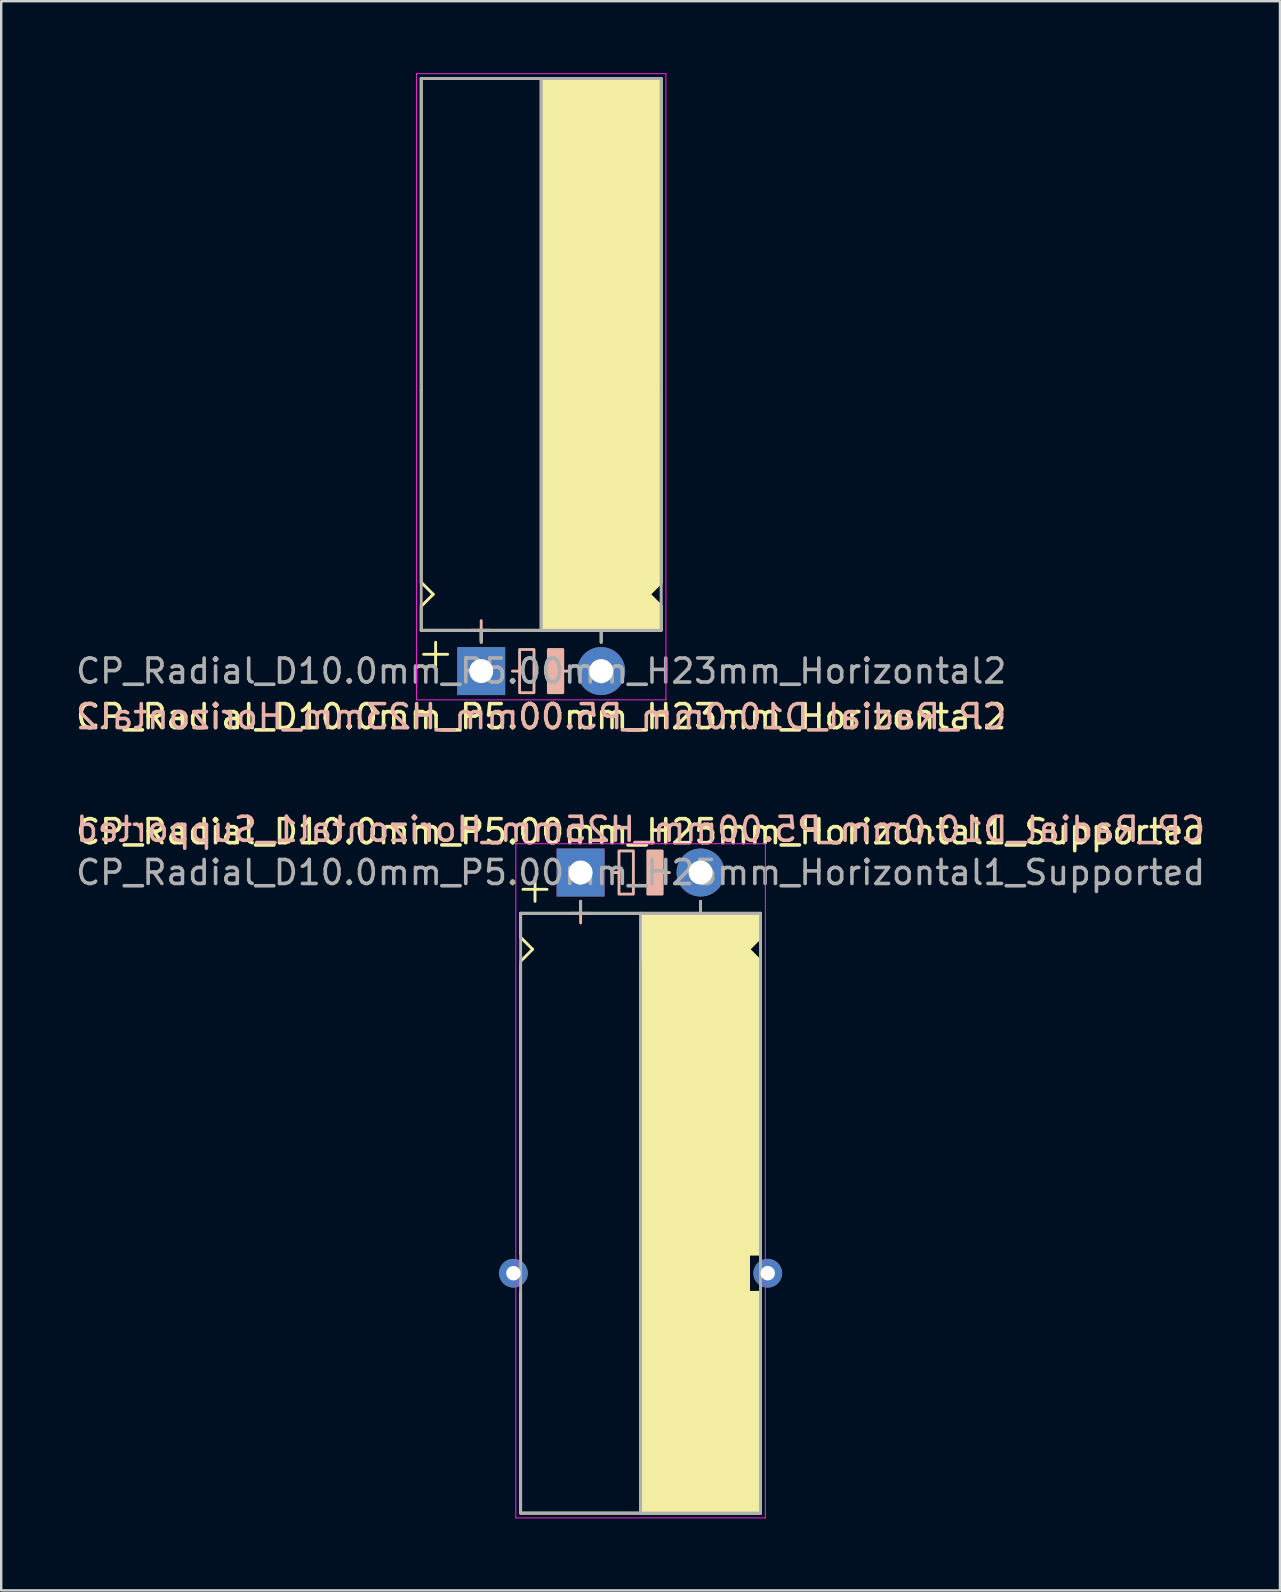
<source format=kicad_pcb>
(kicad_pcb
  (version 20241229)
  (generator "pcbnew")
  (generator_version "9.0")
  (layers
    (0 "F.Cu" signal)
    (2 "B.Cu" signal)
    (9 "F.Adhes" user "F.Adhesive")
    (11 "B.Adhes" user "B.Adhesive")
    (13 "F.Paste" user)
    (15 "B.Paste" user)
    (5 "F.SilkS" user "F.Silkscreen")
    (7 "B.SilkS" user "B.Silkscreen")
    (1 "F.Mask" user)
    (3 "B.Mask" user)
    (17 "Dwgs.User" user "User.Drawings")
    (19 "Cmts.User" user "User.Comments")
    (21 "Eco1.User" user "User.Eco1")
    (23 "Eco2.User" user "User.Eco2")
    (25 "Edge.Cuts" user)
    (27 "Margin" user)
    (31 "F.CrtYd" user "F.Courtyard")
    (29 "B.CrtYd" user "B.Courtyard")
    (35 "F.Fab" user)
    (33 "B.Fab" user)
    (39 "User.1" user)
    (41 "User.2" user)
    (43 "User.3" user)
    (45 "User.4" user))
  (footprint "CP_Radial_D10.0mm_P5.00mm_H25mm_Horizontal1_Supported"
    (layer "F.Cu")
    (at 21.149 33.316)
    (property "Reference" "CP_Radial_D10.0mm_P5.00mm_H25mm_Horizontal1_Supported" (at 2.5 -1.7 0) (layer "F.SilkS") (effects (font (size 1 1) (thickness 0.15))))
    (fp_line (start -2.5 1.7) (end -2.5 2.7) (stroke (width 0.12) (type solid)) (layer "F.SilkS"))
    (fp_line (start -2.5 2.7) (end -2 3.2) (stroke (width 0.12) (type solid)) (layer "F.SilkS"))
    (fp_line (start -2.5 3.8) (end -2.5 15.9) (stroke (width 0.12) (type solid)) (layer "F.SilkS"))
    (fp_line (start -2.5 17.5) (end -2.5 26.7) (stroke (width 0.12) (type solid)) (layer "F.SilkS"))
    (fp_line (start -2.5 26.7) (end 7.5 26.7) (stroke (width 0.12) (type solid)) (layer "F.SilkS"))
    (fp_line (start -2 3.2) (end -2.5 3.7) (stroke (width 0.12) (type solid)) (layer "F.SilkS"))
    (fp_line (start -1.9 0.2) (end -1.9 1.2) (stroke (width 0.12) (type solid)) (layer "F.SilkS"))
    (fp_line (start -1.4 0.7) (end -2.4 0.7) (stroke (width 0.12) (type solid)) (layer "F.SilkS"))
    (fp_line (start 0 1.7) (end 0 1.2) (stroke (width 0.12) (type solid)) (layer "F.SilkS"))
    (fp_line (start 2.5 1.7) (end -2.5 1.7) (stroke (width 0.12) (type solid)) (layer "F.SilkS"))
    (fp_line (start 2.5 26.7) (end 2.5 3.7) (stroke (width 0.12) (type solid)) (layer "F.SilkS"))
    (fp_line (start 5 1.7) (end 5 1.2) (stroke (width 0.12) (type solid)) (layer "F.SilkS"))
    (fp_line (start 7 3.2) (end 7.5 3.7) (stroke (width 0.12) (type solid)) (layer "F.SilkS"))
    (fp_line (start 7 15.9) (end 7.5 15.9) (stroke (width 0.12) (type solid)) (layer "F.SilkS"))
    (fp_line (start 7 16.9) (end 7 15.9) (stroke (width 0.12) (type solid)) (layer "F.SilkS"))
    (fp_line (start 7 17.5) (end 7 16.9) (stroke (width 0.12) (type solid)) (layer "F.SilkS"))
    (fp_line (start 7.5 1.7) (end 2.5 1.7) (stroke (width 0.12) (type solid)) (layer "F.SilkS"))
    (fp_line (start 7.5 1.7) (end 7.5 2.7) (stroke (width 0.12) (type solid)) (layer "F.SilkS"))
    (fp_line (start 7.5 2.7) (end 7 3.2) (stroke (width 0.12) (type solid)) (layer "F.SilkS"))
    (fp_line (start 7.5 4.7) (end 7.5 15.9) (stroke (width 0.12) (type solid)) (layer "F.SilkS"))
    (fp_line (start 7.5 17.5) (end 7 17.5) (stroke (width 0.12) (type solid)) (layer "F.SilkS"))
    (fp_line (start 7.5 17.5) (end 7.5 26.7) (stroke (width 0.12) (type solid)) (layer "F.SilkS"))
    (fp_poly (pts (xy 7.5 2.7) (xy 7 3.2) (xy 7.5 3.7) (xy 7.5 15.9) (xy 7 15.9) (xy 7 17.5) (xy 7.5 17.5) (xy 7.5 26.7) (xy 2.5 26.7) (xy 2.5 1.7) (xy 7.5 1.7)) (stroke (width 0.1) (type solid)) (fill yes) (layer "F.SilkS"))
    (fp_line (start 0 1.3) (end 0 2.1) (stroke (width 0.12) (type solid)) (layer "B.SilkS"))
    (fp_line (start 0.4 1.7) (end -0.4 1.7) (stroke (width 0.12) (type solid)) (layer "B.SilkS"))
    (fp_line (start 1.6 0) (end 1.3 0) (stroke (width 0.12) (type solid)) (layer "B.SilkS"))
    (fp_line (start 3.7 0) (end 3.4 0) (stroke (width 0.12) (type solid)) (layer "B.SilkS"))
    (fp_rect (start 2.2 -0.9) (end 1.6 0.9) (stroke (width 0.12) (type solid)) (fill no) (layer "B.SilkS"))
    (fp_rect (start 3.4 -0.9) (end 2.8 0.9) (stroke (width 0.12) (type solid)) (fill yes) (layer "B.SilkS"))
    (fp_line (start -2.7 -1.2) (end 5.3 -1.2) (stroke (width 0.04) (type solid)) (layer "F.CrtYd"))
    (fp_line (start -2.7 26.9) (end -2.7 -1.2) (stroke (width 0.04) (type solid)) (layer "F.CrtYd"))
    (fp_line (start 5.3 -1.2) (end 7.7 -1.2) (stroke (width 0.04) (type solid)) (layer "F.CrtYd"))
    (fp_line (start 7.7 -1.2) (end 7.7 26.9) (stroke (width 0.04) (type solid)) (layer "F.CrtYd"))
    (fp_line (start 7.7 26.9) (end -2.7 26.9) (stroke (width 0.04) (type solid)) (layer "F.CrtYd"))
    (fp_line (start -2.5 1.7) (end -2.5 26.7) (stroke (width 0.12) (type solid)) (layer "F.Fab"))
    (fp_line (start -2.5 26.7) (end 7.5 26.7) (stroke (width 0.12) (type solid)) (layer "F.Fab"))
    (fp_line (start 0 1.7) (end 0 1.2) (stroke (width 0.12) (type solid)) (layer "F.Fab"))
    (fp_line (start 2.5 3.7) (end 2.5 26.7) (stroke (width 0.12) (type solid)) (layer "F.Fab"))
    (fp_line (start 5 1.7) (end 5 1.2) (stroke (width 0.12) (type solid)) (layer "F.Fab"))
    (fp_line (start 7.5 1.7) (end -2.5 1.7) (stroke (width 0.12) (type solid)) (layer "F.Fab"))
    (fp_line (start 7.5 26.7) (end 7.5 1.7) (stroke (width 0.12) (type solid)) (layer "F.Fab"))
    (fp_poly (pts (xy 7.5 26.7) (xy 2.5 26.7) (xy 2.5 1.7) (xy 7.5 1.7)) (stroke (width 0.1) (type solid)) (fill no) (layer "F.Fab"))
    (fp_text user "${REFERENCE}" (at 2.5 -1.8 0) (layer "B.SilkS") (effects (font (size 1 1) (thickness 0.15)) (justify mirror)))
    (fp_text user "${REFERENCE}" (at 2.5 0 0) (layer "F.Fab") (effects (font (size 1 1) (thickness 0.15))))
    (pad "1" thru_hole rect (at 0 0) (size 2 2) (drill 1) (layers "*.Cu" "*.Mask"))
    (pad "2" thru_hole circle (at 5 0) (size 2 2) (drill 1) (layers "*.Cu" "*.Mask"))
    (pad "~" thru_hole circle (at -2.8 16.7) (size 1.2 1.2) (drill 0.6) (layers "*.Cu" "*.Mask"))
    (pad "~" thru_hole circle (at 7.8 16.7) (size 1.2 1.2) (drill 0.6) (layers "*.Cu" "*.Mask")))
  (footprint "CP_Radial_D10.0mm_P5.00mm_H23mm_Horizontal2"
    (layer "F.Cu")
    (at 17.006 24.92)
    (property "Reference" "CP_Radial_D10.0mm_P5.00mm_H23mm_Horizontal2" (at 2.5 1.9 0) (layer "F.SilkS") (effects (font (size 1 1) (thickness 0.15))))
    (fp_line (start -2.5 -24.7) (end 7.5 -24.7) (stroke (width 0.12) (type solid)) (layer "F.SilkS"))
    (fp_line (start -2.5 -11.7) (end -2.5 -24.7) (stroke (width 0.12) (type solid)) (layer "F.SilkS"))
    (fp_line (start -2.5 -3.7) (end -2.5 -11.7) (stroke (width 0.12) (type solid)) (layer "F.SilkS"))
    (fp_line (start -2.5 -2.7) (end -2 -3.2) (stroke (width 0.12) (type solid)) (layer "F.SilkS"))
    (fp_line (start -2.5 -1.7) (end -2.5 -2.7) (stroke (width 0.12) (type solid)) (layer "F.SilkS"))
    (fp_line (start -2 -3.2) (end -2.5 -3.7) (stroke (width 0.12) (type solid)) (layer "F.SilkS"))
    (fp_line (start -1.9 -1.2) (end -1.9 -0.2) (stroke (width 0.12) (type solid)) (layer "F.SilkS"))
    (fp_line (start -1.4 -0.7) (end -2.4 -0.7) (stroke (width 0.12) (type solid)) (layer "F.SilkS"))
    (fp_line (start 0 -1.7) (end 0 -1.2) (stroke (width 0.12) (type solid)) (layer "F.SilkS"))
    (fp_line (start 2.5 -24.7) (end 2.5 -1.7) (stroke (width 0.12) (type solid)) (layer "F.SilkS"))
    (fp_line (start 2.5 -1.7) (end -2.5 -1.7) (stroke (width 0.12) (type solid)) (layer "F.SilkS"))
    (fp_line (start 5 -1.7) (end 5 -1.2) (stroke (width 0.12) (type solid)) (layer "F.SilkS"))
    (fp_line (start 7 -3.2) (end 7.5 -3.7) (stroke (width 0.12) (type solid)) (layer "F.SilkS"))
    (fp_line (start 7.5 -11.7) (end 7.5 -24.7) (stroke (width 0.12) (type solid)) (layer "F.SilkS"))
    (fp_line (start 7.5 -3.7) (end 7.5 -11.7) (stroke (width 0.12) (type solid)) (layer "F.SilkS"))
    (fp_line (start 7.5 -2.7) (end 7 -3.2) (stroke (width 0.12) (type solid)) (layer "F.SilkS"))
    (fp_line (start 7.5 -1.7) (end 2.5 -1.7) (stroke (width 0.12) (type solid)) (layer "F.SilkS"))
    (fp_line (start 7.5 -1.7) (end 7.5 -2.7) (stroke (width 0.12) (type solid)) (layer "F.SilkS"))
    (fp_poly (pts (xy 7.5 -2.7) (xy 7 -3.2) (xy 7.5 -3.7) (xy 7.5 -24.7) (xy 2.5 -24.7) (xy 2.5 -1.7) (xy 7.5 -1.7)) (stroke (width 0.1) (type solid)) (fill yes) (layer "F.SilkS"))
    (fp_line (start 0 -2.1) (end 0 -1.3) (stroke (width 0.12) (type solid)) (layer "B.SilkS"))
    (fp_line (start 0.4 -1.7) (end -0.4 -1.7) (stroke (width 0.12) (type solid)) (layer "B.SilkS"))
    (fp_line (start 1.6 0) (end 1.3 0) (stroke (width 0.12) (type solid)) (layer "B.SilkS"))
    (fp_line (start 3.7 0) (end 3.4 0) (stroke (width 0.12) (type solid)) (layer "B.SilkS"))
    (fp_rect (start 2.2 -0.9) (end 1.6 0.9) (stroke (width 0.12) (type solid)) (fill no) (layer "B.SilkS"))
    (fp_rect (start 3.4 -0.9) (end 2.8 0.9) (stroke (width 0.12) (type solid)) (fill yes) (layer "B.SilkS"))
    (fp_line (start -2.7 -24.9) (end -2.7 1.2) (stroke (width 0.04) (type solid)) (layer "F.CrtYd"))
    (fp_line (start -2.7 1.2) (end 5.3 1.2) (stroke (width 0.04) (type solid)) (layer "F.CrtYd"))
    (fp_line (start 5.3 1.2) (end 7.7 1.2) (stroke (width 0.04) (type solid)) (layer "F.CrtYd"))
    (fp_line (start 7.7 -24.9) (end -2.7 -24.9) (stroke (width 0.04) (type solid)) (layer "F.CrtYd"))
    (fp_line (start 7.7 1.2) (end 7.7 -24.9) (stroke (width 0.04) (type solid)) (layer "F.CrtYd"))
    (fp_line (start -2.5 -24.7) (end 7.5 -24.7) (stroke (width 0.12) (type solid)) (layer "F.Fab"))
    (fp_line (start -2.5 -1.7) (end -2.5 -24.7) (stroke (width 0.12) (type solid)) (layer "F.Fab"))
    (fp_line (start 0 -1.7) (end 0 -1.2) (stroke (width 0.12) (type solid)) (layer "F.Fab"))
    (fp_line (start 2.5 -1.7) (end 2.5 -24.7) (stroke (width 0.12) (type solid)) (layer "F.Fab"))
    (fp_line (start 5 -1.7) (end 5 -1.2) (stroke (width 0.12) (type solid)) (layer "F.Fab"))
    (fp_line (start 7.5 -24.7) (end 7.5 -1.7) (stroke (width 0.12) (type solid)) (layer "F.Fab"))
    (fp_line (start 7.5 -1.7) (end -2.5 -1.7) (stroke (width 0.12) (type solid)) (layer "F.Fab"))
    (fp_poly (pts (xy 7.5 -24.7) (xy 2.5 -24.7) (xy 2.5 -1.7) (xy 7.5 -1.7)) (stroke (width 0.1) (type solid)) (fill no) (layer "F.Fab"))
    (fp_text user "${REFERENCE}" (at 2.5 1.9 0) (layer "B.SilkS") (effects (font (size 1 1) (thickness 0.15)) (justify mirror)))
    (fp_text user "${REFERENCE}" (at 2.5 0 0) (layer "F.Fab") (effects (font (size 1 1) (thickness 0.15))))
    (pad "1" thru_hole rect (at 0 0) (size 2 2) (drill 1) (layers "*.Cu" "*.Mask"))
    (pad "2" thru_hole circle (at 5 0) (size 2 2) (drill 1) (layers "*.Cu" "*.Mask")))
  (gr_rect
    (start -3 -3)
    (end 50.298 63.236)
    (stroke (width 0.1) (type default))
    (fill no)
    (layer "Edge.Cuts")))
</source>
